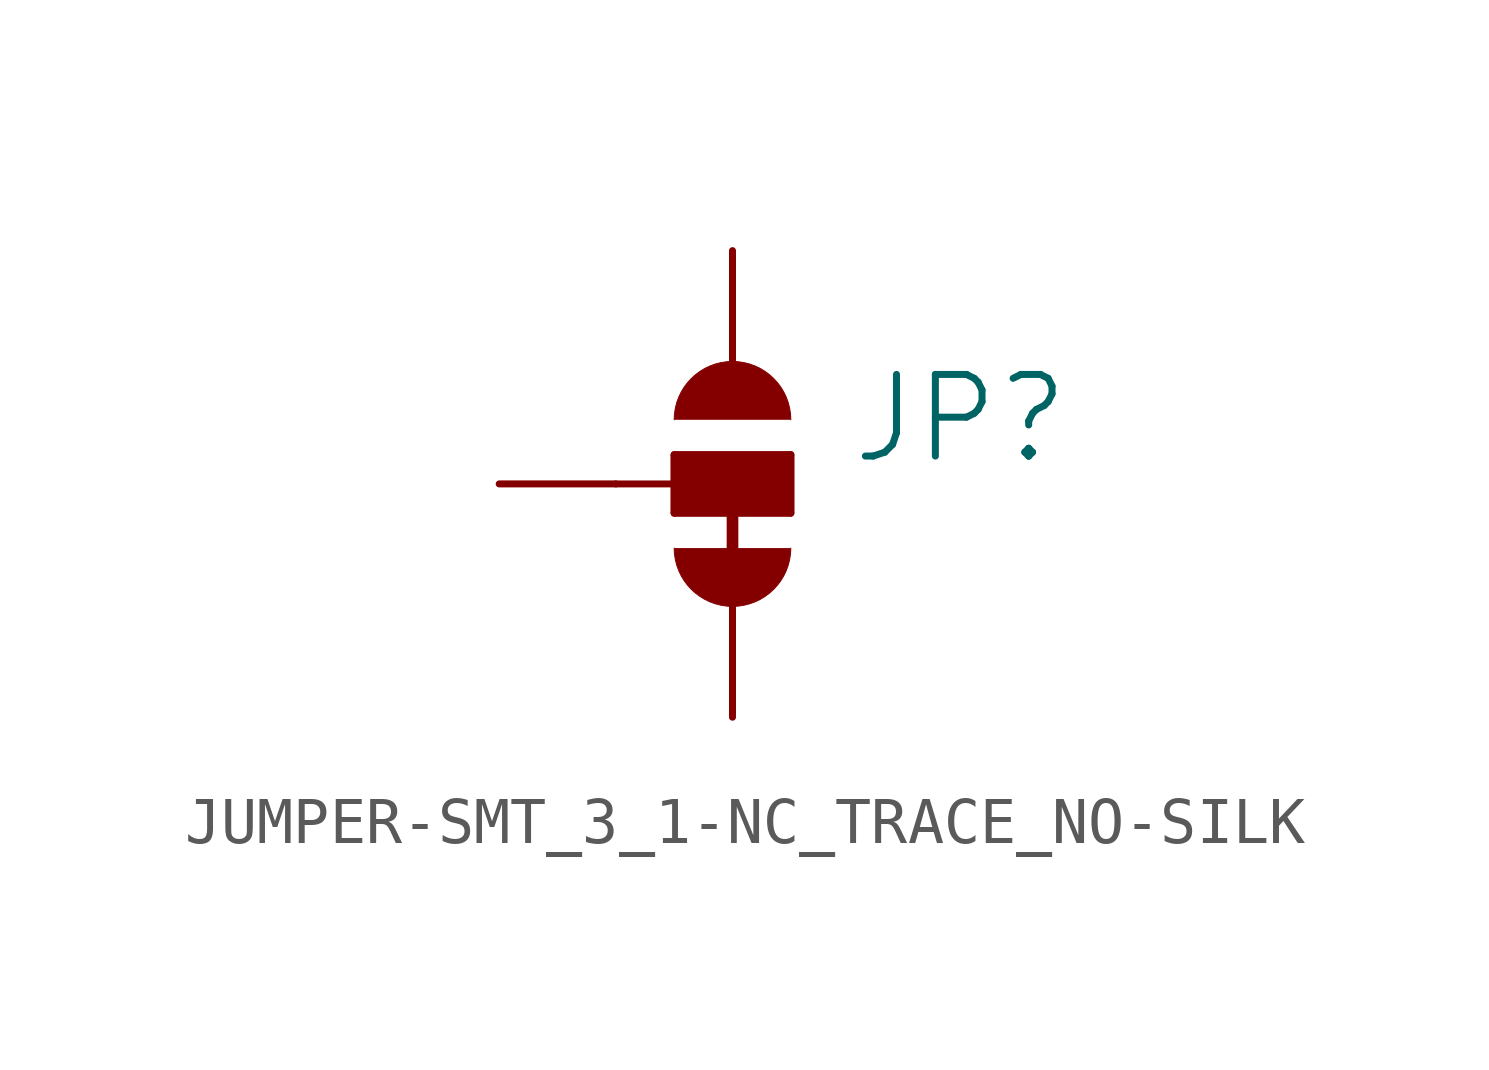
<source format=kicad_sym>
(kicad_symbol_lib
  (version 20231120)
  (generator "kicad_symbol_editor")
  (generator_version "8.0")
  (symbol "JUMPER-SMT_3_1-NC_TRACE_NO-SILK"
    (property "Reference" "JP"
      (at 2.54 0.381 0)
      (effects (font (size 1.778 1.778)) (justify left bottom)))
    (property "Value" ""
      (at 2.54 -0.381 0)
      (effects (font (size 1.778 1.778)) (justify left top)))
    (property "ki_locked" ""
      (at 0 0 0)
      (effects (font (size 1.27 1.27))))
    (symbol "JUMPER-SMT_3_1-NC_TRACE_NO-SILK_1_0"
      (arc (start -1.27 -1.397) (mid 0 -2.667) (end 1.27 -1.397) (stroke (width 0.0001) (type solid)) (fill (type outline)))
      (rectangle (start -1.27 -0.635) (end 1.27 0.635) (stroke (width 0) (type default)) (fill (type outline)))
      (polyline (pts (xy -2.54 0) (xy -1.27 0)) (stroke (width 0.152) (type solid)) (fill (type none)))
      (polyline (pts (xy -1.27 -0.635) (xy -1.27 0)) (stroke (width 0.152) (type solid)) (fill (type none)))
      (polyline (pts (xy -1.27 0) (xy -1.27 0.635)) (stroke (width 0.152) (type solid)) (fill (type none)))
      (polyline (pts (xy -1.27 0.635) (xy 1.27 0.635)) (stroke (width 0.152) (type solid)) (fill (type none)))
      (polyline (pts (xy 0 0) (xy 0 -2.54)) (stroke (width 0.254) (type solid)) (fill (type none)))
      (polyline (pts (xy 1.27 -0.635) (xy -1.27 -0.635)) (stroke (width 0.152) (type solid)) (fill (type none)))
      (polyline (pts (xy 1.27 0.635) (xy 1.27 -0.635)) (stroke (width 0.152) (type solid)) (fill (type none)))
      (arc (start 1.27 1.397) (mid 0 2.667) (end -1.27 1.397) (stroke (width 0.0001) (type solid)) (fill (type outline)))
      (pin passive line (at 0 5.08 270) (length 2.54) (name "1" (effects (font (size 0 0)))) (number "1" (effects (font (size 0 0)))))
      (pin passive line (at -5.08 0 0) (length 2.54) (name "2" (effects (font (size 0 0)))) (number "2" (effects (font (size 0 0)))))
      (pin passive line (at 0 -5.08 90) (length 2.54) (name "3" (effects (font (size 0 0)))) (number "3" (effects (font (size 0 0))))))))
</source>
